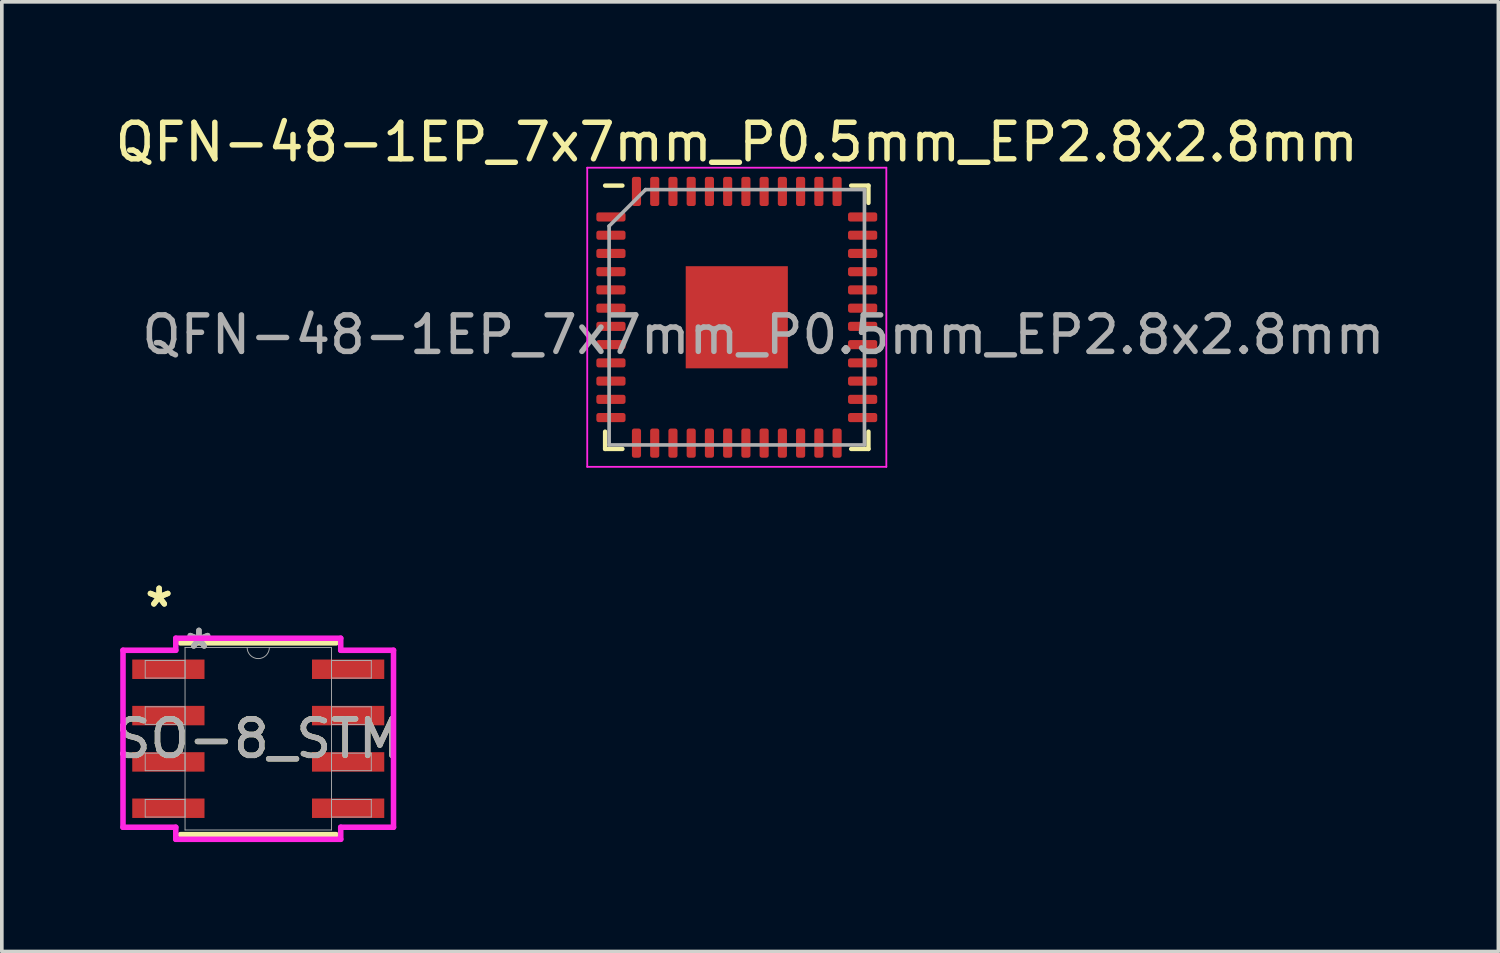
<source format=kicad_pcb>
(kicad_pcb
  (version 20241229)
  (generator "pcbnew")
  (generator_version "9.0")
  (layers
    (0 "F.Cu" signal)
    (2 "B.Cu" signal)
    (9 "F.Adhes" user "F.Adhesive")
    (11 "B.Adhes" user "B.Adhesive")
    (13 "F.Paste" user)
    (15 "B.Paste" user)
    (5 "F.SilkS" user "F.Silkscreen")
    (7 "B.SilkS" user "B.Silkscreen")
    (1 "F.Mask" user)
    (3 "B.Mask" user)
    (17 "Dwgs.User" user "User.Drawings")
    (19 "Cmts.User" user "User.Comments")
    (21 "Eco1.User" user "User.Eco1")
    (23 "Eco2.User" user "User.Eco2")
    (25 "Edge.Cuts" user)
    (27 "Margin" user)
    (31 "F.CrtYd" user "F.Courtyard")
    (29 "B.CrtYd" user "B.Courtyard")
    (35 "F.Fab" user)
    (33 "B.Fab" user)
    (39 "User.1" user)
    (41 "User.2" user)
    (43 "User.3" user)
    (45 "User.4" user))
  (footprint "SO-8_STM"
    (layer "F.Cu")
    (at 4.03 17.203)
    (property "Reference" "SO-8_STM" (at 0 0 0) (unlocked yes) (layer "F.SilkS") (effects (font (size 1 1) (thickness 0.15))))
    (attr smd)
    (fp_line (start -2.134 2.629) (end 2.134 2.629) (stroke (width 0.152) (type solid)) (layer "F.SilkS"))
    (fp_line (start 2.134 -2.629) (end -2.134 -2.629) (stroke (width 0.152) (type solid)) (layer "F.SilkS"))
    (fp_line (start -3.708 -2.426) (end -2.261 -2.426) (stroke (width 0.152) (type solid)) (layer "F.CrtYd"))
    (fp_line (start -3.708 2.426) (end -3.708 -2.426) (stroke (width 0.152) (type solid)) (layer "F.CrtYd"))
    (fp_line (start -3.708 2.426) (end -2.261 2.426) (stroke (width 0.152) (type solid)) (layer "F.CrtYd"))
    (fp_line (start -2.261 -2.756) (end 2.261 -2.756) (stroke (width 0.152) (type solid)) (layer "F.CrtYd"))
    (fp_line (start -2.261 -2.426) (end -2.261 -2.756) (stroke (width 0.152) (type solid)) (layer "F.CrtYd"))
    (fp_line (start -2.261 2.756) (end -2.261 2.426) (stroke (width 0.152) (type solid)) (layer "F.CrtYd"))
    (fp_line (start 2.261 -2.756) (end 2.261 -2.426) (stroke (width 0.152) (type solid)) (layer "F.CrtYd"))
    (fp_line (start 2.261 2.426) (end 2.261 2.756) (stroke (width 0.152) (type solid)) (layer "F.CrtYd"))
    (fp_line (start 2.261 2.756) (end -2.261 2.756) (stroke (width 0.152) (type solid)) (layer "F.CrtYd"))
    (fp_line (start 3.708 -2.426) (end 2.261 -2.426) (stroke (width 0.152) (type solid)) (layer "F.CrtYd"))
    (fp_line (start 3.708 -2.426) (end 3.708 2.426) (stroke (width 0.152) (type solid)) (layer "F.CrtYd"))
    (fp_line (start 3.708 2.426) (end 2.261 2.426) (stroke (width 0.152) (type solid)) (layer "F.CrtYd"))
    (fp_line (start -3.099 -2.146) (end -3.099 -1.664) (stroke (width 0.025) (type solid)) (layer "F.Fab"))
    (fp_line (start -3.099 -1.664) (end -2.007 -1.664) (stroke (width 0.025) (type solid)) (layer "F.Fab"))
    (fp_line (start -3.099 -0.876) (end -3.099 -0.394) (stroke (width 0.025) (type solid)) (layer "F.Fab"))
    (fp_line (start -3.099 -0.394) (end -2.007 -0.394) (stroke (width 0.025) (type solid)) (layer "F.Fab"))
    (fp_line (start -3.099 0.394) (end -3.099 0.876) (stroke (width 0.025) (type solid)) (layer "F.Fab"))
    (fp_line (start -3.099 0.876) (end -2.007 0.876) (stroke (width 0.025) (type solid)) (layer "F.Fab"))
    (fp_line (start -3.099 1.664) (end -3.099 2.146) (stroke (width 0.025) (type solid)) (layer "F.Fab"))
    (fp_line (start -3.099 2.146) (end -2.007 2.146) (stroke (width 0.025) (type solid)) (layer "F.Fab"))
    (fp_line (start -2.007 -2.502) (end -2.007 2.502) (stroke (width 0.025) (type solid)) (layer "F.Fab"))
    (fp_line (start -2.007 -2.146) (end -3.099 -2.146) (stroke (width 0.025) (type solid)) (layer "F.Fab"))
    (fp_line (start -2.007 -1.664) (end -2.007 -2.146) (stroke (width 0.025) (type solid)) (layer "F.Fab"))
    (fp_line (start -2.007 -0.876) (end -3.099 -0.876) (stroke (width 0.025) (type solid)) (layer "F.Fab"))
    (fp_line (start -2.007 -0.394) (end -2.007 -0.876) (stroke (width 0.025) (type solid)) (layer "F.Fab"))
    (fp_line (start -2.007 0.394) (end -3.099 0.394) (stroke (width 0.025) (type solid)) (layer "F.Fab"))
    (fp_line (start -2.007 0.876) (end -2.007 0.394) (stroke (width 0.025) (type solid)) (layer "F.Fab"))
    (fp_line (start -2.007 1.664) (end -3.099 1.664) (stroke (width 0.025) (type solid)) (layer "F.Fab"))
    (fp_line (start -2.007 2.146) (end -2.007 1.664) (stroke (width 0.025) (type solid)) (layer "F.Fab"))
    (fp_line (start -2.007 2.502) (end 2.007 2.502) (stroke (width 0.025) (type solid)) (layer "F.Fab"))
    (fp_line (start 2.007 -2.502) (end -2.007 -2.502) (stroke (width 0.025) (type solid)) (layer "F.Fab"))
    (fp_line (start 2.007 -2.146) (end 2.007 -1.664) (stroke (width 0.025) (type solid)) (layer "F.Fab"))
    (fp_line (start 2.007 -1.664) (end 3.099 -1.664) (stroke (width 0.025) (type solid)) (layer "F.Fab"))
    (fp_line (start 2.007 -0.876) (end 2.007 -0.394) (stroke (width 0.025) (type solid)) (layer "F.Fab"))
    (fp_line (start 2.007 -0.394) (end 3.099 -0.394) (stroke (width 0.025) (type solid)) (layer "F.Fab"))
    (fp_line (start 2.007 0.394) (end 2.007 0.876) (stroke (width 0.025) (type solid)) (layer "F.Fab"))
    (fp_line (start 2.007 0.876) (end 3.099 0.876) (stroke (width 0.025) (type solid)) (layer "F.Fab"))
    (fp_line (start 2.007 1.664) (end 2.007 2.146) (stroke (width 0.025) (type solid)) (layer "F.Fab"))
    (fp_line (start 2.007 2.146) (end 3.099 2.146) (stroke (width 0.025) (type solid)) (layer "F.Fab"))
    (fp_line (start 2.007 2.502) (end 2.007 -2.502) (stroke (width 0.025) (type solid)) (layer "F.Fab"))
    (fp_line (start 3.099 -2.146) (end 2.007 -2.146) (stroke (width 0.025) (type solid)) (layer "F.Fab"))
    (fp_line (start 3.099 -1.664) (end 3.099 -2.146) (stroke (width 0.025) (type solid)) (layer "F.Fab"))
    (fp_line (start 3.099 -0.876) (end 2.007 -0.876) (stroke (width 0.025) (type solid)) (layer "F.Fab"))
    (fp_line (start 3.099 -0.394) (end 3.099 -0.876) (stroke (width 0.025) (type solid)) (layer "F.Fab"))
    (fp_line (start 3.099 0.394) (end 2.007 0.394) (stroke (width 0.025) (type solid)) (layer "F.Fab"))
    (fp_line (start 3.099 0.876) (end 3.099 0.394) (stroke (width 0.025) (type solid)) (layer "F.Fab"))
    (fp_line (start 3.099 1.664) (end 2.007 1.664) (stroke (width 0.025) (type solid)) (layer "F.Fab"))
    (fp_line (start 3.099 2.146) (end 3.099 1.664) (stroke (width 0.025) (type solid)) (layer "F.Fab"))
    (fp_arc (start 0.3048 -2.5019) (mid 0 -2.1971) (end -0.3048 -2.5019) (stroke (width 0.0254) (type solid)) (layer "F.Fab"))
    (fp_text user "*" (at -2.718 -3.581 0) (layer "F.SilkS") (effects (font (size 1 1) (thickness 0.15))))
    (fp_text user "*" (at -2.718 -3.581 0) (unlocked yes) (layer "F.SilkS") (effects (font (size 1 1) (thickness 0.15))))
    (fp_text user "${REFERENCE}" (at 0 0 0) (unlocked yes) (layer "F.Fab") (effects (font (size 1 1) (thickness 0.15))))
    (fp_text user "*" (at -1.626 -2.426 0) (layer "F.Fab") (effects (font (size 1 1) (thickness 0.15))))
    (fp_text user "*" (at -1.626 -2.426 0) (unlocked yes) (layer "F.Fab") (effects (font (size 1 1) (thickness 0.15))))
    (pad "1" smd rect (at -2.464 -1.905) (size 1.981 0.533) (layers "F.Cu" "F.Mask" "F.Paste"))
    (pad "2" smd rect (at -2.464 -0.635) (size 1.981 0.533) (layers "F.Cu" "F.Mask" "F.Paste"))
    (pad "3" smd rect (at -2.464 0.635) (size 1.981 0.533) (layers "F.Cu" "F.Mask" "F.Paste"))
    (pad "4" smd rect (at -2.464 1.905) (size 1.981 0.533) (layers "F.Cu" "F.Mask" "F.Paste"))
    (pad "5" smd rect (at 2.464 1.905) (size 1.981 0.533) (layers "F.Cu" "F.Mask" "F.Paste"))
    (pad "6" smd rect (at 2.464 0.635) (size 1.981 0.533) (layers "F.Cu" "F.Mask" "F.Paste"))
    (pad "7" smd rect (at 2.464 -0.635) (size 1.981 0.533) (layers "F.Cu" "F.Mask" "F.Paste"))
    (pad "8" smd rect (at 2.464 -1.905) (size 1.981 0.533) (layers "F.Cu" "F.Mask" "F.Paste")))
  (footprint "QFN-48-1EP_7x7mm_P0.5mm_EP2.8x2.8mm"
    (layer "F.Cu")
    (at 17.149 5.648)
    (property "Reference" "QFN-48-1EP_7x7mm_P0.5mm_EP2.8x2.8mm" (at 0 -4.8 0) (layer "F.SilkS") (effects (font (size 1 1) (thickness 0.15))))
    (attr smd)
    (fp_line (start -3.61 3.61) (end -3.61 3.135) (stroke (width 0.12) (type solid)) (layer "F.SilkS"))
    (fp_line (start -3.135 -3.61) (end -3.61 -3.61) (stroke (width 0.12) (type solid)) (layer "F.SilkS"))
    (fp_line (start -3.135 3.61) (end -3.61 3.61) (stroke (width 0.12) (type solid)) (layer "F.SilkS"))
    (fp_line (start 3.135 -3.61) (end 3.61 -3.61) (stroke (width 0.12) (type solid)) (layer "F.SilkS"))
    (fp_line (start 3.135 3.61) (end 3.61 3.61) (stroke (width 0.12) (type solid)) (layer "F.SilkS"))
    (fp_line (start 3.61 -3.61) (end 3.61 -3.135) (stroke (width 0.12) (type solid)) (layer "F.SilkS"))
    (fp_line (start 3.61 3.61) (end 3.61 3.135) (stroke (width 0.12) (type solid)) (layer "F.SilkS"))
    (fp_line (start -4.1 -4.1) (end -4.1 4.1) (stroke (width 0.05) (type solid)) (layer "F.CrtYd"))
    (fp_line (start -4.1 4.1) (end 4.1 4.1) (stroke (width 0.05) (type solid)) (layer "F.CrtYd"))
    (fp_line (start 4.1 -4.1) (end -4.1 -4.1) (stroke (width 0.05) (type solid)) (layer "F.CrtYd"))
    (fp_line (start 4.1 4.1) (end 4.1 -4.1) (stroke (width 0.05) (type solid)) (layer "F.CrtYd"))
    (fp_line (start -3.5 -2.5) (end -2.5 -3.5) (stroke (width 0.1) (type solid)) (layer "F.Fab"))
    (fp_line (start -3.5 3.5) (end -3.5 -2.5) (stroke (width 0.1) (type solid)) (layer "F.Fab"))
    (fp_line (start -2.5 -3.5) (end 3.5 -3.5) (stroke (width 0.1) (type solid)) (layer "F.Fab"))
    (fp_line (start 3.5 -3.5) (end 3.5 3.5) (stroke (width 0.1) (type solid)) (layer "F.Fab"))
    (fp_line (start 3.5 3.5) (end -3.5 3.5) (stroke (width 0.1) (type solid)) (layer "F.Fab"))
    (fp_text user "${REFERENCE}" (at 0.73 0.48 0) (layer "F.Fab") (effects (font (size 1 1) (thickness 0.15))))
    (pad "" smd roundrect (at -0.66 -0.66) (size 1.07 1.07) (layers "F.Paste") (roundrect_rratio 0.234))
    (pad "" smd roundrect (at -0.66 0.66) (size 1.07 1.07) (layers "F.Paste") (roundrect_rratio 0.234))
    (pad "" smd roundrect (at 0.66 -0.66) (size 1.07 1.07) (layers "F.Paste") (roundrect_rratio 0.234))
    (pad "" smd roundrect (at 0.66 0.66) (size 1.07 1.07) (layers "F.Paste") (roundrect_rratio 0.234))
    (pad "1" smd roundrect (at -3.45 -2.75) (size 0.8 0.25) (layers "F.Cu" "F.Mask" "F.Paste") (roundrect_rratio 0.25))
    (pad "2" smd roundrect (at -3.45 -2.25) (size 0.8 0.25) (layers "F.Cu" "F.Mask" "F.Paste") (roundrect_rratio 0.25))
    (pad "3" smd roundrect (at -3.45 -1.75) (size 0.8 0.25) (layers "F.Cu" "F.Mask" "F.Paste") (roundrect_rratio 0.25))
    (pad "4" smd roundrect (at -3.45 -1.25) (size 0.8 0.25) (layers "F.Cu" "F.Mask" "F.Paste") (roundrect_rratio 0.25))
    (pad "5" smd roundrect (at -3.45 -0.75) (size 0.8 0.25) (layers "F.Cu" "F.Mask" "F.Paste") (roundrect_rratio 0.25))
    (pad "6" smd roundrect (at -3.45 -0.25) (size 0.8 0.25) (layers "F.Cu" "F.Mask" "F.Paste") (roundrect_rratio 0.25))
    (pad "7" smd roundrect (at -3.45 0.25) (size 0.8 0.25) (layers "F.Cu" "F.Mask" "F.Paste") (roundrect_rratio 0.25))
    (pad "8" smd roundrect (at -3.45 0.75) (size 0.8 0.25) (layers "F.Cu" "F.Mask" "F.Paste") (roundrect_rratio 0.25))
    (pad "9" smd roundrect (at -3.45 1.25) (size 0.8 0.25) (layers "F.Cu" "F.Mask" "F.Paste") (roundrect_rratio 0.25))
    (pad "10" smd roundrect (at -3.45 1.75) (size 0.8 0.25) (layers "F.Cu" "F.Mask" "F.Paste") (roundrect_rratio 0.25))
    (pad "11" smd roundrect (at -3.45 2.25) (size 0.8 0.25) (layers "F.Cu" "F.Mask" "F.Paste") (roundrect_rratio 0.25))
    (pad "12" smd roundrect (at -3.45 2.75) (size 0.8 0.25) (layers "F.Cu" "F.Mask" "F.Paste") (roundrect_rratio 0.25))
    (pad "13" smd roundrect (at -2.75 3.45) (size 0.25 0.8) (layers "F.Cu" "F.Mask" "F.Paste") (roundrect_rratio 0.25))
    (pad "14" smd roundrect (at -2.25 3.45) (size 0.25 0.8) (layers "F.Cu" "F.Mask" "F.Paste") (roundrect_rratio 0.25))
    (pad "15" smd roundrect (at -1.75 3.45) (size 0.25 0.8) (layers "F.Cu" "F.Mask" "F.Paste") (roundrect_rratio 0.25))
    (pad "16" smd roundrect (at -1.25 3.45) (size 0.25 0.8) (layers "F.Cu" "F.Mask" "F.Paste") (roundrect_rratio 0.25))
    (pad "17" smd roundrect (at -0.75 3.45) (size 0.25 0.8) (layers "F.Cu" "F.Mask" "F.Paste") (roundrect_rratio 0.25))
    (pad "18" smd roundrect (at -0.25 3.45) (size 0.25 0.8) (layers "F.Cu" "F.Mask" "F.Paste") (roundrect_rratio 0.25))
    (pad "19" smd roundrect (at 0.25 3.45) (size 0.25 0.8) (layers "F.Cu" "F.Mask" "F.Paste") (roundrect_rratio 0.25))
    (pad "20" smd roundrect (at 0.75 3.45) (size 0.25 0.8) (layers "F.Cu" "F.Mask" "F.Paste") (roundrect_rratio 0.25))
    (pad "21" smd roundrect (at 1.25 3.45) (size 0.25 0.8) (layers "F.Cu" "F.Mask" "F.Paste") (roundrect_rratio 0.25))
    (pad "22" smd roundrect (at 1.75 3.45) (size 0.25 0.8) (layers "F.Cu" "F.Mask" "F.Paste") (roundrect_rratio 0.25))
    (pad "23" smd roundrect (at 2.25 3.45) (size 0.25 0.8) (layers "F.Cu" "F.Mask" "F.Paste") (roundrect_rratio 0.25))
    (pad "24" smd roundrect (at 2.75 3.45) (size 0.25 0.8) (layers "F.Cu" "F.Mask" "F.Paste") (roundrect_rratio 0.25))
    (pad "25" smd roundrect (at 3.45 2.75) (size 0.8 0.25) (layers "F.Cu" "F.Mask" "F.Paste") (roundrect_rratio 0.25))
    (pad "26" smd roundrect (at 3.45 2.25) (size 0.8 0.25) (layers "F.Cu" "F.Mask" "F.Paste") (roundrect_rratio 0.25))
    (pad "27" smd roundrect (at 3.45 1.75) (size 0.8 0.25) (layers "F.Cu" "F.Mask" "F.Paste") (roundrect_rratio 0.25))
    (pad "28" smd roundrect (at 3.45 1.25) (size 0.8 0.25) (layers "F.Cu" "F.Mask" "F.Paste") (roundrect_rratio 0.25))
    (pad "29" smd roundrect (at 3.45 0.75) (size 0.8 0.25) (layers "F.Cu" "F.Mask" "F.Paste") (roundrect_rratio 0.25))
    (pad "30" smd roundrect (at 3.45 0.25) (size 0.8 0.25) (layers "F.Cu" "F.Mask" "F.Paste") (roundrect_rratio 0.25))
    (pad "31" smd roundrect (at 3.45 -0.25) (size 0.8 0.25) (layers "F.Cu" "F.Mask" "F.Paste") (roundrect_rratio 0.25))
    (pad "32" smd roundrect (at 3.45 -0.75) (size 0.8 0.25) (layers "F.Cu" "F.Mask" "F.Paste") (roundrect_rratio 0.25))
    (pad "33" smd roundrect (at 3.45 -1.25) (size 0.8 0.25) (layers "F.Cu" "F.Mask" "F.Paste") (roundrect_rratio 0.25))
    (pad "34" smd roundrect (at 3.45 -1.75) (size 0.8 0.25) (layers "F.Cu" "F.Mask" "F.Paste") (roundrect_rratio 0.25))
    (pad "35" smd roundrect (at 3.45 -2.25) (size 0.8 0.25) (layers "F.Cu" "F.Mask" "F.Paste") (roundrect_rratio 0.25))
    (pad "36" smd roundrect (at 3.45 -2.75) (size 0.8 0.25) (layers "F.Cu" "F.Mask" "F.Paste") (roundrect_rratio 0.25))
    (pad "37" smd roundrect (at 2.75 -3.45) (size 0.25 0.8) (layers "F.Cu" "F.Mask" "F.Paste") (roundrect_rratio 0.25))
    (pad "38" smd roundrect (at 2.25 -3.45) (size 0.25 0.8) (layers "F.Cu" "F.Mask" "F.Paste") (roundrect_rratio 0.25))
    (pad "39" smd roundrect (at 1.75 -3.45) (size 0.25 0.8) (layers "F.Cu" "F.Mask" "F.Paste") (roundrect_rratio 0.25))
    (pad "40" smd roundrect (at 1.25 -3.45) (size 0.25 0.8) (layers "F.Cu" "F.Mask" "F.Paste") (roundrect_rratio 0.25))
    (pad "41" smd roundrect (at 0.75 -3.45) (size 0.25 0.8) (layers "F.Cu" "F.Mask" "F.Paste") (roundrect_rratio 0.25))
    (pad "42" smd roundrect (at 0.25 -3.45) (size 0.25 0.8) (layers "F.Cu" "F.Mask" "F.Paste") (roundrect_rratio 0.25))
    (pad "43" smd roundrect (at -0.25 -3.45) (size 0.25 0.8) (layers "F.Cu" "F.Mask" "F.Paste") (roundrect_rratio 0.25))
    (pad "44" smd roundrect (at -0.75 -3.45) (size 0.25 0.8) (layers "F.Cu" "F.Mask" "F.Paste") (roundrect_rratio 0.25))
    (pad "45" smd roundrect (at -1.25 -3.45) (size 0.25 0.8) (layers "F.Cu" "F.Mask" "F.Paste") (roundrect_rratio 0.25))
    (pad "46" smd roundrect (at -1.75 -3.45) (size 0.25 0.8) (layers "F.Cu" "F.Mask" "F.Paste") (roundrect_rratio 0.25))
    (pad "47" smd roundrect (at -2.25 -3.45) (size 0.25 0.8) (layers "F.Cu" "F.Mask" "F.Paste") (roundrect_rratio 0.25))
    (pad "48" smd roundrect (at -2.75 -3.45) (size 0.25 0.8) (layers "F.Cu" "F.Mask" "F.Paste") (roundrect_rratio 0.25))
    (pad "49" smd rect (at 0 0) (size 2.8 2.8) (layers "F.Cu" "F.Mask")))
  (gr_rect
    (start -3 -3)
    (end 38.028 23.035)
    (stroke (width 0.1) (type default))
    (fill no)
    (layer "Edge.Cuts")))
</source>
